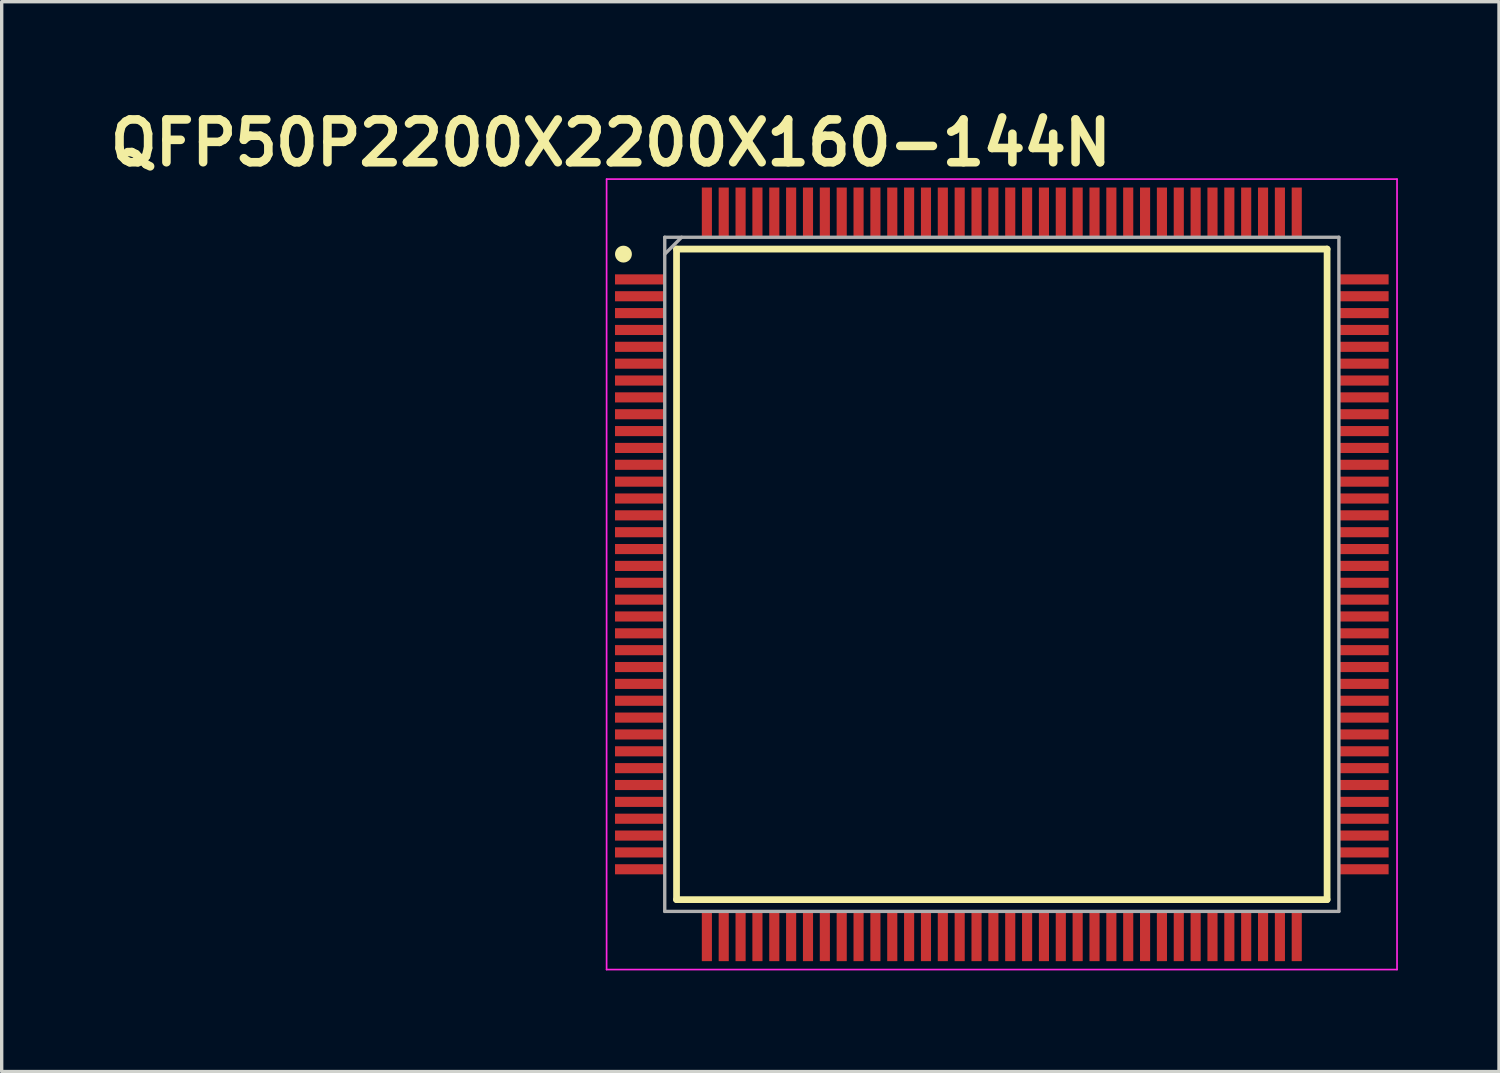
<source format=kicad_pcb>
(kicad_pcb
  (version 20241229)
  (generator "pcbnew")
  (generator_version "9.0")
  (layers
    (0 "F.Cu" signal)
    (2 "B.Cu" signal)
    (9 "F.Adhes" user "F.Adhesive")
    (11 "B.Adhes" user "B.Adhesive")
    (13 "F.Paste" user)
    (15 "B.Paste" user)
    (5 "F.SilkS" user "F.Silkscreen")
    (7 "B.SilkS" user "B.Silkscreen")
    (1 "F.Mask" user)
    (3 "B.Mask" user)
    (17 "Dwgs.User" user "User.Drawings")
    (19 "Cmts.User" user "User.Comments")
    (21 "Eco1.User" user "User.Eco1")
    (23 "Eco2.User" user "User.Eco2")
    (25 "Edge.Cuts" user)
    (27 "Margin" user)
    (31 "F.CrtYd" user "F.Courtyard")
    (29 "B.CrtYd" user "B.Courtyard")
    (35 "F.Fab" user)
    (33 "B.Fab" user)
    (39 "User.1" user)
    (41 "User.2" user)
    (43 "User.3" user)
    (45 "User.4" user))
  (footprint "QFP50P2200X2200X160-144N"
    (layer "F.Cu")
    (at 26.671 13.989)
    (property "Reference" "QFP50P2200X2200X160-144N" (at -11.6 -12.8 0) (layer "F.SilkS") (effects (font (size 1.27 1.27) (thickness 0.254))))
    (attr smd)
    (fp_line (start -9.65 -9.65) (end 9.65 -9.65) (stroke (width 0.2) (type solid)) (layer "F.SilkS"))
    (fp_line (start -9.65 9.65) (end -9.65 -9.65) (stroke (width 0.2) (type solid)) (layer "F.SilkS"))
    (fp_line (start 9.65 -9.65) (end 9.65 9.65) (stroke (width 0.2) (type solid)) (layer "F.SilkS"))
    (fp_line (start 9.65 9.65) (end -9.65 9.65) (stroke (width 0.2) (type solid)) (layer "F.SilkS"))
    (fp_circle (center -11.225 -9.5) (end -11.225 -9.375) (stroke (width 0.25) (type solid)) (fill no) (layer "F.SilkS"))
    (fp_line (start -11.725 -11.725) (end 11.725 -11.725) (stroke (width 0.05) (type solid)) (layer "F.CrtYd"))
    (fp_line (start -11.725 11.725) (end -11.725 -11.725) (stroke (width 0.05) (type solid)) (layer "F.CrtYd"))
    (fp_line (start 11.725 -11.725) (end 11.725 11.725) (stroke (width 0.05) (type solid)) (layer "F.CrtYd"))
    (fp_line (start 11.725 11.725) (end -11.725 11.725) (stroke (width 0.05) (type solid)) (layer "F.CrtYd"))
    (fp_line (start -10 -10) (end 10 -10) (stroke (width 0.1) (type solid)) (layer "F.Fab"))
    (fp_line (start -10 -9.5) (end -9.5 -10) (stroke (width 0.1) (type solid)) (layer "F.Fab"))
    (fp_line (start -10 10) (end -10 -10) (stroke (width 0.1) (type solid)) (layer "F.Fab"))
    (fp_line (start 10 -10) (end 10 10) (stroke (width 0.1) (type solid)) (layer "F.Fab"))
    (fp_line (start 10 10) (end -10 10) (stroke (width 0.1) (type solid)) (layer "F.Fab"))
    (pad "1" smd rect (at -10.738 -8.75 90) (size 0.3 1.475) (layers "F.Cu" "F.Mask" "F.Paste"))
    (pad "2" smd rect (at -10.738 -8.25 90) (size 0.3 1.475) (layers "F.Cu" "F.Mask" "F.Paste"))
    (pad "3" smd rect (at -10.738 -7.75 90) (size 0.3 1.475) (layers "F.Cu" "F.Mask" "F.Paste"))
    (pad "4" smd rect (at -10.738 -7.25 90) (size 0.3 1.475) (layers "F.Cu" "F.Mask" "F.Paste"))
    (pad "5" smd rect (at -10.738 -6.75 90) (size 0.3 1.475) (layers "F.Cu" "F.Mask" "F.Paste"))
    (pad "6" smd rect (at -10.738 -6.25 90) (size 0.3 1.475) (layers "F.Cu" "F.Mask" "F.Paste"))
    (pad "7" smd rect (at -10.738 -5.75 90) (size 0.3 1.475) (layers "F.Cu" "F.Mask" "F.Paste"))
    (pad "8" smd rect (at -10.738 -5.25 90) (size 0.3 1.475) (layers "F.Cu" "F.Mask" "F.Paste"))
    (pad "9" smd rect (at -10.738 -4.75 90) (size 0.3 1.475) (layers "F.Cu" "F.Mask" "F.Paste"))
    (pad "10" smd rect (at -10.738 -4.25 90) (size 0.3 1.475) (layers "F.Cu" "F.Mask" "F.Paste"))
    (pad "11" smd rect (at -10.738 -3.75 90) (size 0.3 1.475) (layers "F.Cu" "F.Mask" "F.Paste"))
    (pad "12" smd rect (at -10.738 -3.25 90) (size 0.3 1.475) (layers "F.Cu" "F.Mask" "F.Paste"))
    (pad "13" smd rect (at -10.738 -2.75 90) (size 0.3 1.475) (layers "F.Cu" "F.Mask" "F.Paste"))
    (pad "14" smd rect (at -10.738 -2.25 90) (size 0.3 1.475) (layers "F.Cu" "F.Mask" "F.Paste"))
    (pad "15" smd rect (at -10.738 -1.75 90) (size 0.3 1.475) (layers "F.Cu" "F.Mask" "F.Paste"))
    (pad "16" smd rect (at -10.738 -1.25 90) (size 0.3 1.475) (layers "F.Cu" "F.Mask" "F.Paste"))
    (pad "17" smd rect (at -10.738 -0.75 90) (size 0.3 1.475) (layers "F.Cu" "F.Mask" "F.Paste"))
    (pad "18" smd rect (at -10.738 -0.25 90) (size 0.3 1.475) (layers "F.Cu" "F.Mask" "F.Paste"))
    (pad "19" smd rect (at -10.738 0.25 90) (size 0.3 1.475) (layers "F.Cu" "F.Mask" "F.Paste"))
    (pad "20" smd rect (at -10.738 0.75 90) (size 0.3 1.475) (layers "F.Cu" "F.Mask" "F.Paste"))
    (pad "21" smd rect (at -10.738 1.25 90) (size 0.3 1.475) (layers "F.Cu" "F.Mask" "F.Paste"))
    (pad "22" smd rect (at -10.738 1.75 90) (size 0.3 1.475) (layers "F.Cu" "F.Mask" "F.Paste"))
    (pad "23" smd rect (at -10.738 2.25 90) (size 0.3 1.475) (layers "F.Cu" "F.Mask" "F.Paste"))
    (pad "24" smd rect (at -10.738 2.75 90) (size 0.3 1.475) (layers "F.Cu" "F.Mask" "F.Paste"))
    (pad "25" smd rect (at -10.738 3.25 90) (size 0.3 1.475) (layers "F.Cu" "F.Mask" "F.Paste"))
    (pad "26" smd rect (at -10.738 3.75 90) (size 0.3 1.475) (layers "F.Cu" "F.Mask" "F.Paste"))
    (pad "27" smd rect (at -10.738 4.25 90) (size 0.3 1.475) (layers "F.Cu" "F.Mask" "F.Paste"))
    (pad "28" smd rect (at -10.738 4.75 90) (size 0.3 1.475) (layers "F.Cu" "F.Mask" "F.Paste"))
    (pad "29" smd rect (at -10.738 5.25 90) (size 0.3 1.475) (layers "F.Cu" "F.Mask" "F.Paste"))
    (pad "30" smd rect (at -10.738 5.75 90) (size 0.3 1.475) (layers "F.Cu" "F.Mask" "F.Paste"))
    (pad "31" smd rect (at -10.738 6.25 90) (size 0.3 1.475) (layers "F.Cu" "F.Mask" "F.Paste"))
    (pad "32" smd rect (at -10.738 6.75 90) (size 0.3 1.475) (layers "F.Cu" "F.Mask" "F.Paste"))
    (pad "33" smd rect (at -10.738 7.25 90) (size 0.3 1.475) (layers "F.Cu" "F.Mask" "F.Paste"))
    (pad "34" smd rect (at -10.738 7.75 90) (size 0.3 1.475) (layers "F.Cu" "F.Mask" "F.Paste"))
    (pad "35" smd rect (at -10.738 8.25 90) (size 0.3 1.475) (layers "F.Cu" "F.Mask" "F.Paste"))
    (pad "36" smd rect (at -10.738 8.75 90) (size 0.3 1.475) (layers "F.Cu" "F.Mask" "F.Paste"))
    (pad "37" smd rect (at -8.75 10.738) (size 0.3 1.475) (layers "F.Cu" "F.Mask" "F.Paste"))
    (pad "38" smd rect (at -8.25 10.738) (size 0.3 1.475) (layers "F.Cu" "F.Mask" "F.Paste"))
    (pad "39" smd rect (at -7.75 10.738) (size 0.3 1.475) (layers "F.Cu" "F.Mask" "F.Paste"))
    (pad "40" smd rect (at -7.25 10.738) (size 0.3 1.475) (layers "F.Cu" "F.Mask" "F.Paste"))
    (pad "41" smd rect (at -6.75 10.738) (size 0.3 1.475) (layers "F.Cu" "F.Mask" "F.Paste"))
    (pad "42" smd rect (at -6.25 10.738) (size 0.3 1.475) (layers "F.Cu" "F.Mask" "F.Paste"))
    (pad "43" smd rect (at -5.75 10.738) (size 0.3 1.475) (layers "F.Cu" "F.Mask" "F.Paste"))
    (pad "44" smd rect (at -5.25 10.738) (size 0.3 1.475) (layers "F.Cu" "F.Mask" "F.Paste"))
    (pad "45" smd rect (at -4.75 10.738) (size 0.3 1.475) (layers "F.Cu" "F.Mask" "F.Paste"))
    (pad "46" smd rect (at -4.25 10.738) (size 0.3 1.475) (layers "F.Cu" "F.Mask" "F.Paste"))
    (pad "47" smd rect (at -3.75 10.738) (size 0.3 1.475) (layers "F.Cu" "F.Mask" "F.Paste"))
    (pad "48" smd rect (at -3.25 10.738) (size 0.3 1.475) (layers "F.Cu" "F.Mask" "F.Paste"))
    (pad "49" smd rect (at -2.75 10.738) (size 0.3 1.475) (layers "F.Cu" "F.Mask" "F.Paste"))
    (pad "50" smd rect (at -2.25 10.738) (size 0.3 1.475) (layers "F.Cu" "F.Mask" "F.Paste"))
    (pad "51" smd rect (at -1.75 10.738) (size 0.3 1.475) (layers "F.Cu" "F.Mask" "F.Paste"))
    (pad "52" smd rect (at -1.25 10.738) (size 0.3 1.475) (layers "F.Cu" "F.Mask" "F.Paste"))
    (pad "53" smd rect (at -0.75 10.738) (size 0.3 1.475) (layers "F.Cu" "F.Mask" "F.Paste"))
    (pad "54" smd rect (at -0.25 10.738) (size 0.3 1.475) (layers "F.Cu" "F.Mask" "F.Paste"))
    (pad "55" smd rect (at 0.25 10.738) (size 0.3 1.475) (layers "F.Cu" "F.Mask" "F.Paste"))
    (pad "56" smd rect (at 0.75 10.738) (size 0.3 1.475) (layers "F.Cu" "F.Mask" "F.Paste"))
    (pad "57" smd rect (at 1.25 10.738) (size 0.3 1.475) (layers "F.Cu" "F.Mask" "F.Paste"))
    (pad "58" smd rect (at 1.75 10.738) (size 0.3 1.475) (layers "F.Cu" "F.Mask" "F.Paste"))
    (pad "59" smd rect (at 2.25 10.738) (size 0.3 1.475) (layers "F.Cu" "F.Mask" "F.Paste"))
    (pad "60" smd rect (at 2.75 10.738) (size 0.3 1.475) (layers "F.Cu" "F.Mask" "F.Paste"))
    (pad "61" smd rect (at 3.25 10.738) (size 0.3 1.475) (layers "F.Cu" "F.Mask" "F.Paste"))
    (pad "62" smd rect (at 3.75 10.738) (size 0.3 1.475) (layers "F.Cu" "F.Mask" "F.Paste"))
    (pad "63" smd rect (at 4.25 10.738) (size 0.3 1.475) (layers "F.Cu" "F.Mask" "F.Paste"))
    (pad "64" smd rect (at 4.75 10.738) (size 0.3 1.475) (layers "F.Cu" "F.Mask" "F.Paste"))
    (pad "65" smd rect (at 5.25 10.738) (size 0.3 1.475) (layers "F.Cu" "F.Mask" "F.Paste"))
    (pad "66" smd rect (at 5.75 10.738) (size 0.3 1.475) (layers "F.Cu" "F.Mask" "F.Paste"))
    (pad "67" smd rect (at 6.25 10.738) (size 0.3 1.475) (layers "F.Cu" "F.Mask" "F.Paste"))
    (pad "68" smd rect (at 6.75 10.738) (size 0.3 1.475) (layers "F.Cu" "F.Mask" "F.Paste"))
    (pad "69" smd rect (at 7.25 10.738) (size 0.3 1.475) (layers "F.Cu" "F.Mask" "F.Paste"))
    (pad "70" smd rect (at 7.75 10.738) (size 0.3 1.475) (layers "F.Cu" "F.Mask" "F.Paste"))
    (pad "71" smd rect (at 8.25 10.738) (size 0.3 1.475) (layers "F.Cu" "F.Mask" "F.Paste"))
    (pad "72" smd rect (at 8.75 10.738) (size 0.3 1.475) (layers "F.Cu" "F.Mask" "F.Paste"))
    (pad "73" smd rect (at 10.738 8.75 90) (size 0.3 1.475) (layers "F.Cu" "F.Mask" "F.Paste"))
    (pad "74" smd rect (at 10.738 8.25 90) (size 0.3 1.475) (layers "F.Cu" "F.Mask" "F.Paste"))
    (pad "75" smd rect (at 10.738 7.75 90) (size 0.3 1.475) (layers "F.Cu" "F.Mask" "F.Paste"))
    (pad "76" smd rect (at 10.738 7.25 90) (size 0.3 1.475) (layers "F.Cu" "F.Mask" "F.Paste"))
    (pad "77" smd rect (at 10.738 6.75 90) (size 0.3 1.475) (layers "F.Cu" "F.Mask" "F.Paste"))
    (pad "78" smd rect (at 10.738 6.25 90) (size 0.3 1.475) (layers "F.Cu" "F.Mask" "F.Paste"))
    (pad "79" smd rect (at 10.738 5.75 90) (size 0.3 1.475) (layers "F.Cu" "F.Mask" "F.Paste"))
    (pad "80" smd rect (at 10.738 5.25 90) (size 0.3 1.475) (layers "F.Cu" "F.Mask" "F.Paste"))
    (pad "81" smd rect (at 10.738 4.75 90) (size 0.3 1.475) (layers "F.Cu" "F.Mask" "F.Paste"))
    (pad "82" smd rect (at 10.738 4.25 90) (size 0.3 1.475) (layers "F.Cu" "F.Mask" "F.Paste"))
    (pad "83" smd rect (at 10.738 3.75 90) (size 0.3 1.475) (layers "F.Cu" "F.Mask" "F.Paste"))
    (pad "84" smd rect (at 10.738 3.25 90) (size 0.3 1.475) (layers "F.Cu" "F.Mask" "F.Paste"))
    (pad "85" smd rect (at 10.738 2.75 90) (size 0.3 1.475) (layers "F.Cu" "F.Mask" "F.Paste"))
    (pad "86" smd rect (at 10.738 2.25 90) (size 0.3 1.475) (layers "F.Cu" "F.Mask" "F.Paste"))
    (pad "87" smd rect (at 10.738 1.75 90) (size 0.3 1.475) (layers "F.Cu" "F.Mask" "F.Paste"))
    (pad "88" smd rect (at 10.738 1.25 90) (size 0.3 1.475) (layers "F.Cu" "F.Mask" "F.Paste"))
    (pad "89" smd rect (at 10.738 0.75 90) (size 0.3 1.475) (layers "F.Cu" "F.Mask" "F.Paste"))
    (pad "90" smd rect (at 10.738 0.25 90) (size 0.3 1.475) (layers "F.Cu" "F.Mask" "F.Paste"))
    (pad "91" smd rect (at 10.738 -0.25 90) (size 0.3 1.475) (layers "F.Cu" "F.Mask" "F.Paste"))
    (pad "92" smd rect (at 10.738 -0.75 90) (size 0.3 1.475) (layers "F.Cu" "F.Mask" "F.Paste"))
    (pad "93" smd rect (at 10.738 -1.25 90) (size 0.3 1.475) (layers "F.Cu" "F.Mask" "F.Paste"))
    (pad "94" smd rect (at 10.738 -1.75 90) (size 0.3 1.475) (layers "F.Cu" "F.Mask" "F.Paste"))
    (pad "95" smd rect (at 10.738 -2.25 90) (size 0.3 1.475) (layers "F.Cu" "F.Mask" "F.Paste"))
    (pad "96" smd rect (at 10.738 -2.75 90) (size 0.3 1.475) (layers "F.Cu" "F.Mask" "F.Paste"))
    (pad "97" smd rect (at 10.738 -3.25 90) (size 0.3 1.475) (layers "F.Cu" "F.Mask" "F.Paste"))
    (pad "98" smd rect (at 10.738 -3.75 90) (size 0.3 1.475) (layers "F.Cu" "F.Mask" "F.Paste"))
    (pad "99" smd rect (at 10.738 -4.25 90) (size 0.3 1.475) (layers "F.Cu" "F.Mask" "F.Paste"))
    (pad "100" smd rect (at 10.738 -4.75 90) (size 0.3 1.475) (layers "F.Cu" "F.Mask" "F.Paste"))
    (pad "101" smd rect (at 10.738 -5.25 90) (size 0.3 1.475) (layers "F.Cu" "F.Mask" "F.Paste"))
    (pad "102" smd rect (at 10.738 -5.75 90) (size 0.3 1.475) (layers "F.Cu" "F.Mask" "F.Paste"))
    (pad "103" smd rect (at 10.738 -6.25 90) (size 0.3 1.475) (layers "F.Cu" "F.Mask" "F.Paste"))
    (pad "104" smd rect (at 10.738 -6.75 90) (size 0.3 1.475) (layers "F.Cu" "F.Mask" "F.Paste"))
    (pad "105" smd rect (at 10.738 -7.25 90) (size 0.3 1.475) (layers "F.Cu" "F.Mask" "F.Paste"))
    (pad "106" smd rect (at 10.738 -7.75 90) (size 0.3 1.475) (layers "F.Cu" "F.Mask" "F.Paste"))
    (pad "107" smd rect (at 10.738 -8.25 90) (size 0.3 1.475) (layers "F.Cu" "F.Mask" "F.Paste"))
    (pad "108" smd rect (at 10.738 -8.75 90) (size 0.3 1.475) (layers "F.Cu" "F.Mask" "F.Paste"))
    (pad "109" smd rect (at 8.75 -10.738) (size 0.3 1.475) (layers "F.Cu" "F.Mask" "F.Paste"))
    (pad "110" smd rect (at 8.25 -10.738) (size 0.3 1.475) (layers "F.Cu" "F.Mask" "F.Paste"))
    (pad "111" smd rect (at 7.75 -10.738) (size 0.3 1.475) (layers "F.Cu" "F.Mask" "F.Paste"))
    (pad "112" smd rect (at 7.25 -10.738) (size 0.3 1.475) (layers "F.Cu" "F.Mask" "F.Paste"))
    (pad "113" smd rect (at 6.75 -10.738) (size 0.3 1.475) (layers "F.Cu" "F.Mask" "F.Paste"))
    (pad "114" smd rect (at 6.25 -10.738) (size 0.3 1.475) (layers "F.Cu" "F.Mask" "F.Paste"))
    (pad "115" smd rect (at 5.75 -10.738) (size 0.3 1.475) (layers "F.Cu" "F.Mask" "F.Paste"))
    (pad "116" smd rect (at 5.25 -10.738) (size 0.3 1.475) (layers "F.Cu" "F.Mask" "F.Paste"))
    (pad "117" smd rect (at 4.75 -10.738) (size 0.3 1.475) (layers "F.Cu" "F.Mask" "F.Paste"))
    (pad "118" smd rect (at 4.25 -10.738) (size 0.3 1.475) (layers "F.Cu" "F.Mask" "F.Paste"))
    (pad "119" smd rect (at 3.75 -10.738) (size 0.3 1.475) (layers "F.Cu" "F.Mask" "F.Paste"))
    (pad "120" smd rect (at 3.25 -10.738) (size 0.3 1.475) (layers "F.Cu" "F.Mask" "F.Paste"))
    (pad "121" smd rect (at 2.75 -10.738) (size 0.3 1.475) (layers "F.Cu" "F.Mask" "F.Paste"))
    (pad "122" smd rect (at 2.25 -10.738) (size 0.3 1.475) (layers "F.Cu" "F.Mask" "F.Paste"))
    (pad "123" smd rect (at 1.75 -10.738) (size 0.3 1.475) (layers "F.Cu" "F.Mask" "F.Paste"))
    (pad "124" smd rect (at 1.25 -10.738) (size 0.3 1.475) (layers "F.Cu" "F.Mask" "F.Paste"))
    (pad "125" smd rect (at 0.75 -10.738) (size 0.3 1.475) (layers "F.Cu" "F.Mask" "F.Paste"))
    (pad "126" smd rect (at 0.25 -10.738) (size 0.3 1.475) (layers "F.Cu" "F.Mask" "F.Paste"))
    (pad "127" smd rect (at -0.25 -10.738) (size 0.3 1.475) (layers "F.Cu" "F.Mask" "F.Paste"))
    (pad "128" smd rect (at -0.75 -10.738) (size 0.3 1.475) (layers "F.Cu" "F.Mask" "F.Paste"))
    (pad "129" smd rect (at -1.25 -10.738) (size 0.3 1.475) (layers "F.Cu" "F.Mask" "F.Paste"))
    (pad "130" smd rect (at -1.75 -10.738) (size 0.3 1.475) (layers "F.Cu" "F.Mask" "F.Paste"))
    (pad "131" smd rect (at -2.25 -10.738) (size 0.3 1.475) (layers "F.Cu" "F.Mask" "F.Paste"))
    (pad "132" smd rect (at -2.75 -10.738) (size 0.3 1.475) (layers "F.Cu" "F.Mask" "F.Paste"))
    (pad "133" smd rect (at -3.25 -10.738) (size 0.3 1.475) (layers "F.Cu" "F.Mask" "F.Paste"))
    (pad "134" smd rect (at -3.75 -10.738) (size 0.3 1.475) (layers "F.Cu" "F.Mask" "F.Paste"))
    (pad "135" smd rect (at -4.25 -10.738) (size 0.3 1.475) (layers "F.Cu" "F.Mask" "F.Paste"))
    (pad "136" smd rect (at -4.75 -10.738) (size 0.3 1.475) (layers "F.Cu" "F.Mask" "F.Paste"))
    (pad "137" smd rect (at -5.25 -10.738) (size 0.3 1.475) (layers "F.Cu" "F.Mask" "F.Paste"))
    (pad "138" smd rect (at -5.75 -10.738) (size 0.3 1.475) (layers "F.Cu" "F.Mask" "F.Paste"))
    (pad "139" smd rect (at -6.25 -10.738) (size 0.3 1.475) (layers "F.Cu" "F.Mask" "F.Paste"))
    (pad "140" smd rect (at -6.75 -10.738) (size 0.3 1.475) (layers "F.Cu" "F.Mask" "F.Paste"))
    (pad "141" smd rect (at -7.25 -10.738) (size 0.3 1.475) (layers "F.Cu" "F.Mask" "F.Paste"))
    (pad "142" smd rect (at -7.75 -10.738) (size 0.3 1.475) (layers "F.Cu" "F.Mask" "F.Paste"))
    (pad "143" smd rect (at -8.25 -10.738) (size 0.3 1.475) (layers "F.Cu" "F.Mask" "F.Paste"))
    (pad "144" smd rect (at -8.75 -10.738) (size 0.3 1.475) (layers "F.Cu" "F.Mask" "F.Paste")))
  (gr_rect
    (start -3 -3)
    (end 41.421 28.739)
    (stroke (width 0.1) (type default))
    (fill no)
    (layer "Edge.Cuts")))
</source>
